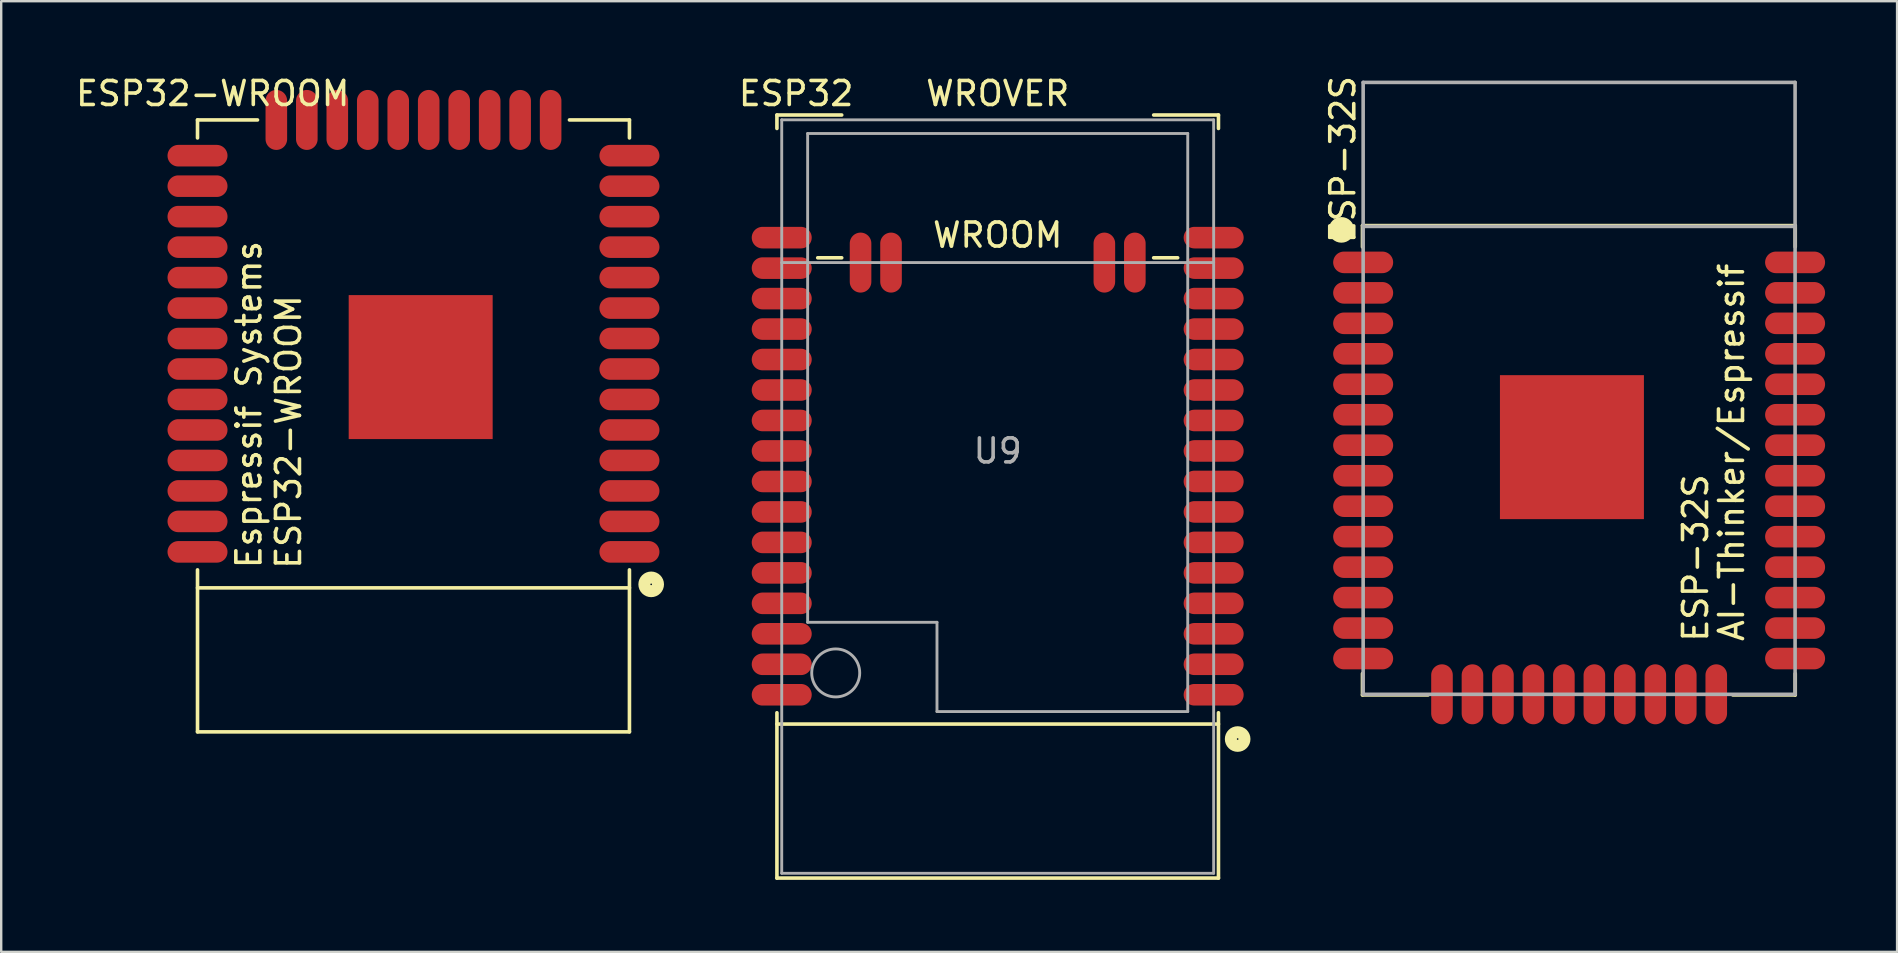
<source format=kicad_pcb>
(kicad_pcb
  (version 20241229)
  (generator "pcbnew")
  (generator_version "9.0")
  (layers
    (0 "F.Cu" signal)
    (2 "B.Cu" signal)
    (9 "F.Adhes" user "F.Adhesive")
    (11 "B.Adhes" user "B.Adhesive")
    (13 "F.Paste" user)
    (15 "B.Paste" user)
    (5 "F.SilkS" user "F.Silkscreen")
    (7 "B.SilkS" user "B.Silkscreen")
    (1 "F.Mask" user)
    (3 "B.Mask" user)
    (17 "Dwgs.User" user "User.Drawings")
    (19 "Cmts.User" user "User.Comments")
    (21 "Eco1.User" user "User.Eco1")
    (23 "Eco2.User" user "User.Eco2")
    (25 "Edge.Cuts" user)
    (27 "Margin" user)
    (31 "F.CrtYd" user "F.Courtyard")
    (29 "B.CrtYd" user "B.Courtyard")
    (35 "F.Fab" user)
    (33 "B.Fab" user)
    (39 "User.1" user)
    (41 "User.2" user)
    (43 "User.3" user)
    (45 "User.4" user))
  (footprint "ESP32"
    (layer "F.Cu")
    (at 38.527 17.648)
    (property "Reference" "ESP32" (at -8.4 -16.8 180) (layer "F.SilkS") (effects (font (size 1 1) (thickness 0.15))))
    (attr smd)
    (fp_line (start -9.2 -15.905) (end -6.5 -15.905) (stroke (width 0.15) (type solid)) (layer "F.SilkS"))
    (fp_line (start -9.2 -15.345) (end -9.2 -15.905) (stroke (width 0.15) (type solid)) (layer "F.SilkS"))
    (fp_line (start -9.2 9.475) (end 9.2 9.475) (stroke (width 0.15) (type solid)) (layer "F.SilkS"))
    (fp_line (start -9.2 15.895) (end -9.2 9.005) (stroke (width 0.15) (type solid)) (layer "F.SilkS"))
    (fp_line (start -9.2 15.895) (end 9.2 15.895) (stroke (width 0.15) (type solid)) (layer "F.SilkS"))
    (fp_line (start -7.5 -9.955) (end -6.5 -9.955) (stroke (width 0.15) (type solid)) (layer "F.SilkS"))
    (fp_line (start 6.5 -15.905) (end 9.2 -15.905) (stroke (width 0.15) (type solid)) (layer "F.SilkS"))
    (fp_line (start 6.5 -9.955) (end 7.5 -9.955) (stroke (width 0.15) (type solid)) (layer "F.SilkS"))
    (fp_line (start 9.2 -15.905) (end 9.2 -15.345) (stroke (width 0.15) (type solid)) (layer "F.SilkS"))
    (fp_line (start 9.2 15.895) (end 9.2 9.005) (stroke (width 0.15) (type solid)) (layer "F.SilkS"))
    (fp_circle (center 10 10.1) (end 10.127 10.354) (stroke (width 0.5) (type solid)) (fill no) (layer "F.SilkS"))
    (fp_line (start -9 -15.705) (end -9 15.695) (stroke (width 0.12) (type solid)) (layer "F.Fab"))
    (fp_line (start -9 15.695) (end 9 15.695) (stroke (width 0.12) (type solid)) (layer "F.Fab"))
    (fp_line (start -7.92 -15.135) (end 7.92 -15.135) (stroke (width 0.12) (type solid)) (layer "F.Fab"))
    (fp_line (start -7.92 5.235) (end -7.92 -15.135) (stroke (width 0.12) (type solid)) (layer "F.Fab"))
    (fp_line (start -2.53 5.235) (end -7.92 5.235) (stroke (width 0.12) (type solid)) (layer "F.Fab"))
    (fp_line (start -2.53 8.955) (end -2.53 5.235) (stroke (width 0.12) (type solid)) (layer "F.Fab"))
    (fp_line (start 7.92 -15.135) (end 7.92 8.955) (stroke (width 0.12) (type solid)) (layer "F.Fab"))
    (fp_line (start 7.92 8.955) (end -2.53 8.955) (stroke (width 0.12) (type solid)) (layer "F.Fab"))
    (fp_line (start 9 -15.705) (end -9 -15.705) (stroke (width 0.12) (type solid)) (layer "F.Fab"))
    (fp_line (start 9 -9.755) (end -9 -9.755) (stroke (width 0.12) (type solid)) (layer "F.Fab"))
    (fp_line (start 9 15.695) (end 9 -15.705) (stroke (width 0.12) (type solid)) (layer "F.Fab"))
    (fp_circle (center -6.75 7.345) (end -5.75 7.345) (stroke (width 0.12) (type solid)) (fill no) (layer "F.Fab"))
    (fp_text user "WROVER" (at 0 -16.8 0) (layer "F.SilkS") (effects (font (size 1 1) (thickness 0.15))))
    (fp_text user "WROOM" (at 0 -10.9 180) (layer "F.SilkS") (effects (font (size 1 1) (thickness 0.15))))
    (fp_text user "U9" (at 0 -1.905 180) (layer "F.Fab") (effects (font (size 1 1) (thickness 0.15))))
    (pad "1" smd oval (at 9 8.255) (size 2.5 0.9) (layers "F.Cu" "F.Mask" "F.Paste"))
    (pad "2" smd oval (at 9 6.985) (size 2.5 0.9) (layers "F.Cu" "F.Mask" "F.Paste"))
    (pad "3" smd oval (at 9 5.715) (size 2.5 0.9) (layers "F.Cu" "F.Mask" "F.Paste"))
    (pad "4" smd oval (at 9 4.445) (size 2.5 0.9) (layers "F.Cu" "F.Mask" "F.Paste"))
    (pad "5" smd oval (at 9 3.175) (size 2.5 0.9) (layers "F.Cu" "F.Mask" "F.Paste"))
    (pad "6" smd oval (at 9 1.905) (size 2.5 0.9) (layers "F.Cu" "F.Mask" "F.Paste"))
    (pad "7" smd oval (at 9 0.635) (size 2.5 0.9) (layers "F.Cu" "F.Mask" "F.Paste"))
    (pad "8" smd oval (at 9 -0.635) (size 2.5 0.9) (layers "F.Cu" "F.Mask" "F.Paste"))
    (pad "9" smd oval (at 9 -1.905) (size 2.5 0.9) (layers "F.Cu" "F.Mask" "F.Paste"))
    (pad "10" smd oval (at 9 -3.175) (size 2.5 0.9) (layers "F.Cu" "F.Mask" "F.Paste"))
    (pad "11" smd oval (at 9 -4.445) (size 2.5 0.9) (layers "F.Cu" "F.Mask" "F.Paste"))
    (pad "12" smd oval (at 9 -5.715) (size 2.5 0.9) (layers "F.Cu" "F.Mask" "F.Paste"))
    (pad "13" smd oval (at 9 -6.985) (size 2.5 0.9) (layers "F.Cu" "F.Mask" "F.Paste"))
    (pad "14" smd oval (at 9 -8.255) (size 2.5 0.9) (layers "F.Cu" "F.Mask" "F.Paste"))
    (pad "15" smd oval (at 5.715 -9.755 90) (size 2.5 0.9) (layers "F.Cu" "F.Mask" "F.Paste"))
    (pad "15" smd oval (at 9 -9.525) (size 2.5 0.9) (layers "F.Cu" "F.Mask" "F.Paste"))
    (pad "16" smd oval (at 4.445 -9.755 90) (size 2.5 0.9) (layers "F.Cu" "F.Mask" "F.Paste"))
    (pad "16" smd oval (at 9 -10.795) (size 2.5 0.9) (layers "F.Cu" "F.Mask" "F.Paste"))
    (pad "23" smd oval (at -9 -10.795) (size 2.5 0.9) (layers "F.Cu" "F.Mask" "F.Paste"))
    (pad "23" smd oval (at -4.445 -9.755 90) (size 2.5 0.9) (layers "F.Cu" "F.Mask" "F.Paste"))
    (pad "24" smd oval (at -9 -9.525) (size 2.5 0.9) (layers "F.Cu" "F.Mask" "F.Paste"))
    (pad "24" smd oval (at -5.715 -9.755 90) (size 2.5 0.9) (layers "F.Cu" "F.Mask" "F.Paste"))
    (pad "25" smd oval (at -9 -8.255) (size 2.5 0.9) (layers "F.Cu" "F.Mask" "F.Paste"))
    (pad "26" smd oval (at -9 -6.985) (size 2.5 0.9) (layers "F.Cu" "F.Mask" "F.Paste"))
    (pad "27" smd oval (at -9 -5.715) (size 2.5 0.9) (layers "F.Cu" "F.Mask" "F.Paste"))
    (pad "28" smd oval (at -9 -4.445) (size 2.5 0.9) (layers "F.Cu" "F.Mask" "F.Paste"))
    (pad "29" smd oval (at -9 -3.175) (size 2.5 0.9) (layers "F.Cu" "F.Mask" "F.Paste"))
    (pad "30" smd oval (at -9 -1.905) (size 2.5 0.9) (layers "F.Cu" "F.Mask" "F.Paste"))
    (pad "31" smd oval (at -9 -0.635) (size 2.5 0.9) (layers "F.Cu" "F.Mask" "F.Paste"))
    (pad "32" smd oval (at -9 0.635) (size 2.5 0.9) (layers "F.Cu" "F.Mask" "F.Paste"))
    (pad "33" smd oval (at -9 1.905) (size 2.5 0.9) (layers "F.Cu" "F.Mask" "F.Paste"))
    (pad "34" smd oval (at -9 3.175) (size 2.5 0.9) (layers "F.Cu" "F.Mask" "F.Paste"))
    (pad "35" smd oval (at -9 4.445) (size 2.5 0.9) (layers "F.Cu" "F.Mask" "F.Paste"))
    (pad "36" smd oval (at -9 5.715) (size 2.5 0.9) (layers "F.Cu" "F.Mask" "F.Paste"))
    (pad "37" smd oval (at -9 6.985) (size 2.5 0.9) (layers "F.Cu" "F.Mask" "F.Paste"))
    (pad "38" smd oval (at -9 8.255) (size 2.5 0.9) (layers "F.Cu" "F.Mask" "F.Paste")))
  (footprint "ESP32-WROOM"
    (layer "F.Cu")
    (at 14.181 14.698)
    (property "Reference" "ESP32-WROOM" (at -8.366 -13.85 0) (layer "F.SilkS") (effects (font (size 1 1) (thickness 0.15))))
    (attr through_hole)
    (fp_line (start -9 -12.75) (end -6.5 -12.75) (stroke (width 0.15) (type solid)) (layer "F.SilkS"))
    (fp_line (start -9 -12) (end -9 -12.75) (stroke (width 0.15) (type solid)) (layer "F.SilkS"))
    (fp_line (start -9 6.75) (end 9 6.75) (stroke (width 0.15) (type solid)) (layer "F.SilkS"))
    (fp_line (start -9 12.75) (end -9 6) (stroke (width 0.15) (type solid)) (layer "F.SilkS"))
    (fp_line (start -9 12.75) (end 9 12.75) (stroke (width 0.15) (type solid)) (layer "F.SilkS"))
    (fp_line (start 6.5 -12.75) (end 9 -12.75) (stroke (width 0.15) (type solid)) (layer "F.SilkS"))
    (fp_line (start 9 -12.75) (end 9 -12) (stroke (width 0.15) (type solid)) (layer "F.SilkS"))
    (fp_line (start 9 12.75) (end 9 6) (stroke (width 0.15) (type solid)) (layer "F.SilkS"))
    (fp_circle (center 9.906 6.604) (end 10.033 6.858) (stroke (width 0.5) (type solid)) (fill no) (layer "F.SilkS"))
    (fp_text user "ESP32-WROOM" (at -5.207 0.254 90) (layer "F.SilkS") (effects (font (size 1 1) (thickness 0.15))))
    (fp_text user "Espressif Systems" (at -6.858 -0.889 90) (layer "F.SilkS") (effects (font (size 1 1) (thickness 0.15))))
    (pad "1" smd oval (at 9 5.25) (size 2.5 0.9) (layers "F.Cu" "F.Mask" "F.Paste"))
    (pad "2" smd oval (at 9 3.98) (size 2.5 0.9) (layers "F.Cu" "F.Mask" "F.Paste"))
    (pad "3" smd oval (at 9 2.71) (size 2.5 0.9) (layers "F.Cu" "F.Mask" "F.Paste"))
    (pad "4" smd oval (at 9 1.44) (size 2.5 0.9) (layers "F.Cu" "F.Mask" "F.Paste"))
    (pad "5" smd oval (at 9 0.17) (size 2.5 0.9) (layers "F.Cu" "F.Mask" "F.Paste"))
    (pad "6" smd oval (at 9 -1.1) (size 2.5 0.9) (layers "F.Cu" "F.Mask" "F.Paste"))
    (pad "7" smd oval (at 9 -2.37) (size 2.5 0.9) (layers "F.Cu" "F.Mask" "F.Paste"))
    (pad "8" smd oval (at 9 -3.64) (size 2.5 0.9) (layers "F.Cu" "F.Mask" "F.Paste"))
    (pad "9" smd oval (at 9 -4.91) (size 2.5 0.9) (layers "F.Cu" "F.Mask" "F.Paste"))
    (pad "10" smd oval (at 9 -6.18) (size 2.5 0.9) (layers "F.Cu" "F.Mask" "F.Paste"))
    (pad "11" smd oval (at 9 -7.45) (size 2.5 0.9) (layers "F.Cu" "F.Mask" "F.Paste"))
    (pad "12" smd oval (at 9 -8.72) (size 2.5 0.9) (layers "F.Cu" "F.Mask" "F.Paste"))
    (pad "13" smd oval (at 9 -9.99) (size 2.5 0.9) (layers "F.Cu" "F.Mask" "F.Paste"))
    (pad "14" smd oval (at 9 -11.26) (size 2.5 0.9) (layers "F.Cu" "F.Mask" "F.Paste"))
    (pad "15" smd oval (at 5.715 -12.75) (size 0.9 2.5) (layers "F.Cu" "F.Mask" "F.Paste"))
    (pad "16" smd oval (at 4.445 -12.75) (size 0.9 2.5) (layers "F.Cu" "F.Mask" "F.Paste"))
    (pad "17" smd oval (at 3.175 -12.75) (size 0.9 2.5) (layers "F.Cu" "F.Mask" "F.Paste"))
    (pad "18" smd oval (at 1.905 -12.75) (size 0.9 2.5) (layers "F.Cu" "F.Mask" "F.Paste"))
    (pad "19" smd oval (at 0.635 -12.75) (size 0.9 2.5) (layers "F.Cu" "F.Mask" "F.Paste"))
    (pad "20" smd oval (at -0.635 -12.75) (size 0.9 2.5) (layers "F.Cu" "F.Mask" "F.Paste"))
    (pad "21" smd oval (at -1.905 -12.75) (size 0.9 2.5) (layers "F.Cu" "F.Mask" "F.Paste"))
    (pad "22" smd oval (at -3.175 -12.75) (size 0.9 2.5) (layers "F.Cu" "F.Mask" "F.Paste"))
    (pad "23" smd oval (at -4.445 -12.75) (size 0.9 2.5) (layers "F.Cu" "F.Mask" "F.Paste"))
    (pad "24" smd oval (at -5.715 -12.75) (size 0.9 2.5) (layers "F.Cu" "F.Mask" "F.Paste"))
    (pad "25" smd oval (at -9 -11.26) (size 2.5 0.9) (layers "F.Cu" "F.Mask" "F.Paste"))
    (pad "26" smd oval (at -9 -9.99) (size 2.5 0.9) (layers "F.Cu" "F.Mask" "F.Paste"))
    (pad "27" smd oval (at -9 -8.72) (size 2.5 0.9) (layers "F.Cu" "F.Mask" "F.Paste"))
    (pad "28" smd oval (at -9 -7.45) (size 2.5 0.9) (layers "F.Cu" "F.Mask" "F.Paste"))
    (pad "29" smd oval (at -9 -6.18) (size 2.5 0.9) (layers "F.Cu" "F.Mask" "F.Paste"))
    (pad "30" smd oval (at -9 -4.91) (size 2.5 0.9) (layers "F.Cu" "F.Mask" "F.Paste"))
    (pad "31" smd oval (at -9 -3.64) (size 2.5 0.9) (layers "F.Cu" "F.Mask" "F.Paste"))
    (pad "32" smd oval (at -9 -2.37) (size 2.5 0.9) (layers "F.Cu" "F.Mask" "F.Paste"))
    (pad "33" smd oval (at -9 -1.1) (size 2.5 0.9) (layers "F.Cu" "F.Mask" "F.Paste"))
    (pad "34" smd oval (at -9 0.17) (size 2.5 0.9) (layers "F.Cu" "F.Mask" "F.Paste"))
    (pad "35" smd oval (at -9 1.44) (size 2.5 0.9) (layers "F.Cu" "F.Mask" "F.Paste"))
    (pad "36" smd oval (at -9 2.71) (size 2.5 0.9) (layers "F.Cu" "F.Mask" "F.Paste"))
    (pad "37" smd oval (at -9 3.98) (size 2.5 0.9) (layers "F.Cu" "F.Mask" "F.Paste"))
    (pad "38" smd oval (at -9 5.25) (size 2.5 0.9) (layers "F.Cu" "F.Mask" "F.Paste"))
    (pad "39" smd rect (at 0.3 -2.45) (size 6 6) (layers "F.Cu" "F.Mask" "F.Paste")))
  (footprint "ESP-32S"
    (layer "F.Cu")
    (at 62.81 17.401)
    (property "Reference" "ESP-32S" (at -9.9 -13.8 270) (layer "F.SilkS") (effects (font (size 1 1) (thickness 0.15))))
    (attr through_hole)
    (fp_line (start -9.081 -11.049) (end -9.081 -10.16) (stroke (width 0.15) (type solid)) (layer "F.SilkS"))
    (fp_line (start -9.081 7.62) (end -9.081 8.509) (stroke (width 0.15) (type solid)) (layer "F.SilkS"))
    (fp_line (start -9.081 8.509) (end -6.35 8.509) (stroke (width 0.15) (type solid)) (layer "F.SilkS"))
    (fp_line (start 6.35 8.509) (end 8.954 8.509) (stroke (width 0.15) (type solid)) (layer "F.SilkS"))
    (fp_line (start 8.954 -11.049) (end -9.081 -11.049) (stroke (width 0.15) (type solid)) (layer "F.SilkS"))
    (fp_line (start 8.954 -10.16) (end 8.954 -11.049) (stroke (width 0.15) (type solid)) (layer "F.SilkS"))
    (fp_line (start 8.954 8.509) (end 8.954 7.62) (stroke (width 0.15) (type solid)) (layer "F.SilkS"))
    (fp_circle (center -9.959 -10.871) (end -10.086 -11.125) (stroke (width 0.5) (type solid)) (fill no) (layer "F.SilkS"))
    (fp_line (start -9.053 -17.017) (end -9.053 8.483) (stroke (width 0.15) (type solid)) (layer "F.Fab"))
    (fp_line (start 8.947 -17.017) (end -9.053 -17.017) (stroke (width 0.15) (type solid)) (layer "F.Fab"))
    (fp_line (start 8.947 -17.017) (end 8.947 8.483) (stroke (width 0.15) (type solid)) (layer "F.Fab"))
    (fp_line (start 8.947 -11.017) (end -9.053 -11.017) (stroke (width 0.15) (type solid)) (layer "F.Fab"))
    (fp_line (start 8.947 8.483) (end -9.053 8.483) (stroke (width 0.15) (type solid)) (layer "F.Fab"))
    (fp_text user "AI-Thinker/Espressif" (at 6.3 -1.6 90) (layer "F.SilkS") (effects (font (size 1 1) (thickness 0.15))))
    (fp_text user "ESP-32S" (at 4.8 2.8 90) (layer "F.SilkS") (effects (font (size 1 1) (thickness 0.15))))
    (pad "1" smd oval (at -9.053 -9.517 180) (size 2.5 0.9) (layers "F.Cu" "F.Mask" "F.Paste"))
    (pad "2" smd oval (at -9.053 -8.247 180) (size 2.5 0.9) (layers "F.Cu" "F.Mask" "F.Paste"))
    (pad "3" smd oval (at -9.053 -6.977 180) (size 2.5 0.9) (layers "F.Cu" "F.Mask" "F.Paste"))
    (pad "4" smd oval (at -9.053 -5.707 180) (size 2.5 0.9) (layers "F.Cu" "F.Mask" "F.Paste"))
    (pad "5" smd oval (at -9.053 -4.437 180) (size 2.5 0.9) (layers "F.Cu" "F.Mask" "F.Paste"))
    (pad "6" smd oval (at -9.053 -3.167 180) (size 2.5 0.9) (layers "F.Cu" "F.Mask" "F.Paste"))
    (pad "7" smd oval (at -9.053 -1.897 180) (size 2.5 0.9) (layers "F.Cu" "F.Mask" "F.Paste"))
    (pad "8" smd oval (at -9.053 -0.627 180) (size 2.5 0.9) (layers "F.Cu" "F.Mask" "F.Paste"))
    (pad "9" smd oval (at -9.053 0.643 180) (size 2.5 0.9) (layers "F.Cu" "F.Mask" "F.Paste"))
    (pad "10" smd oval (at -9.053 1.913 180) (size 2.5 0.9) (layers "F.Cu" "F.Mask" "F.Paste"))
    (pad "11" smd oval (at -9.053 3.183 180) (size 2.5 0.9) (layers "F.Cu" "F.Mask" "F.Paste"))
    (pad "12" smd oval (at -9.053 4.453 180) (size 2.5 0.9) (layers "F.Cu" "F.Mask" "F.Paste"))
    (pad "13" smd oval (at -9.053 5.723 180) (size 2.5 0.9) (layers "F.Cu" "F.Mask" "F.Paste"))
    (pad "14" smd oval (at -9.053 6.993 180) (size 2.5 0.9) (layers "F.Cu" "F.Mask" "F.Paste"))
    (pad "15" smd oval (at -5.768 8.483 180) (size 0.9 2.5) (layers "F.Cu" "F.Mask" "F.Paste"))
    (pad "16" smd oval (at -4.498 8.483 180) (size 0.9 2.5) (layers "F.Cu" "F.Mask" "F.Paste"))
    (pad "17" smd oval (at -3.228 8.483 180) (size 0.9 2.5) (layers "F.Cu" "F.Mask" "F.Paste"))
    (pad "18" smd oval (at -1.958 8.483 180) (size 0.9 2.5) (layers "F.Cu" "F.Mask" "F.Paste"))
    (pad "19" smd oval (at -0.688 8.483 180) (size 0.9 2.5) (layers "F.Cu" "F.Mask" "F.Paste"))
    (pad "20" smd oval (at 0.582 8.483 180) (size 0.9 2.5) (layers "F.Cu" "F.Mask" "F.Paste"))
    (pad "21" smd oval (at 1.852 8.483 180) (size 0.9 2.5) (layers "F.Cu" "F.Mask" "F.Paste"))
    (pad "22" smd oval (at 3.122 8.483 180) (size 0.9 2.5) (layers "F.Cu" "F.Mask" "F.Paste"))
    (pad "23" smd oval (at 4.392 8.483 180) (size 0.9 2.5) (layers "F.Cu" "F.Mask" "F.Paste"))
    (pad "24" smd oval (at 5.662 8.483 180) (size 0.9 2.5) (layers "F.Cu" "F.Mask" "F.Paste"))
    (pad "25" smd oval (at 8.947 6.993 180) (size 2.5 0.9) (layers "F.Cu" "F.Mask" "F.Paste"))
    (pad "26" smd oval (at 8.947 5.723 180) (size 2.5 0.9) (layers "F.Cu" "F.Mask" "F.Paste"))
    (pad "27" smd oval (at 8.947 4.453 180) (size 2.5 0.9) (layers "F.Cu" "F.Mask" "F.Paste"))
    (pad "28" smd oval (at 8.947 3.183 180) (size 2.5 0.9) (layers "F.Cu" "F.Mask" "F.Paste"))
    (pad "29" smd oval (at 8.947 1.913 180) (size 2.5 0.9) (layers "F.Cu" "F.Mask" "F.Paste"))
    (pad "30" smd oval (at 8.947 0.643 180) (size 2.5 0.9) (layers "F.Cu" "F.Mask" "F.Paste"))
    (pad "31" smd oval (at 8.947 -0.627 180) (size 2.5 0.9) (layers "F.Cu" "F.Mask" "F.Paste"))
    (pad "32" smd oval (at 8.947 -1.897 180) (size 2.5 0.9) (layers "F.Cu" "F.Mask" "F.Paste"))
    (pad "33" smd oval (at 8.947 -3.167 180) (size 2.5 0.9) (layers "F.Cu" "F.Mask" "F.Paste"))
    (pad "34" smd oval (at 8.947 -4.437 180) (size 2.5 0.9) (layers "F.Cu" "F.Mask" "F.Paste"))
    (pad "35" smd oval (at 8.947 -5.707 180) (size 2.5 0.9) (layers "F.Cu" "F.Mask" "F.Paste"))
    (pad "36" smd oval (at 8.947 -6.977 180) (size 2.5 0.9) (layers "F.Cu" "F.Mask" "F.Paste"))
    (pad "37" smd oval (at 8.947 -8.247 180) (size 2.5 0.9) (layers "F.Cu" "F.Mask" "F.Paste"))
    (pad "38" smd oval (at 8.947 -9.517 180) (size 2.5 0.9) (layers "F.Cu" "F.Mask" "F.Paste"))
    (pad "39" smd rect (at -0.353 -1.817 180) (size 6 6) (layers "F.Cu" "F.Mask" "F.Paste")))
  (gr_rect
    (start -3 -3)
    (end 76.007 36.618)
    (stroke (width 0.1) (type default))
    (fill no)
    (layer "Edge.Cuts")))
</source>
